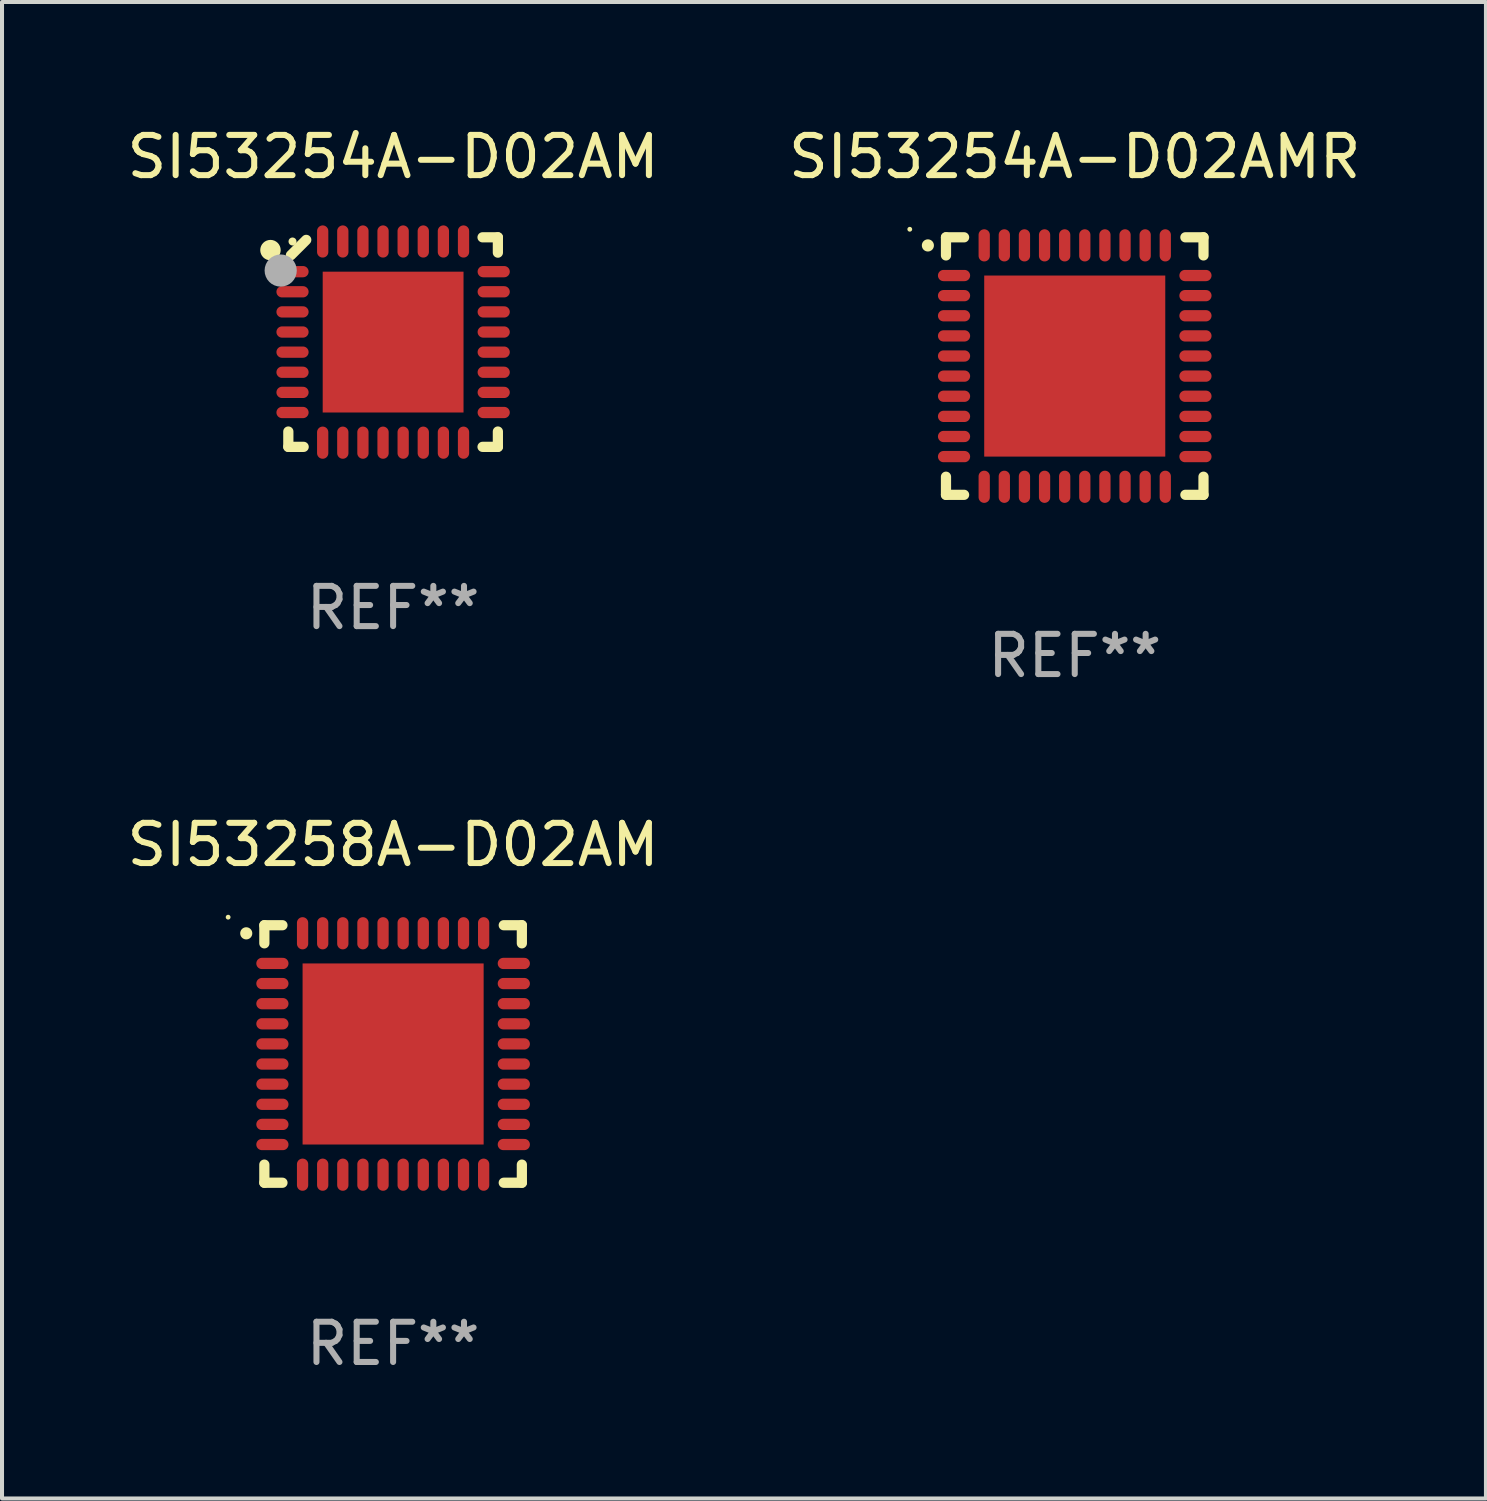
<source format=kicad_pcb>
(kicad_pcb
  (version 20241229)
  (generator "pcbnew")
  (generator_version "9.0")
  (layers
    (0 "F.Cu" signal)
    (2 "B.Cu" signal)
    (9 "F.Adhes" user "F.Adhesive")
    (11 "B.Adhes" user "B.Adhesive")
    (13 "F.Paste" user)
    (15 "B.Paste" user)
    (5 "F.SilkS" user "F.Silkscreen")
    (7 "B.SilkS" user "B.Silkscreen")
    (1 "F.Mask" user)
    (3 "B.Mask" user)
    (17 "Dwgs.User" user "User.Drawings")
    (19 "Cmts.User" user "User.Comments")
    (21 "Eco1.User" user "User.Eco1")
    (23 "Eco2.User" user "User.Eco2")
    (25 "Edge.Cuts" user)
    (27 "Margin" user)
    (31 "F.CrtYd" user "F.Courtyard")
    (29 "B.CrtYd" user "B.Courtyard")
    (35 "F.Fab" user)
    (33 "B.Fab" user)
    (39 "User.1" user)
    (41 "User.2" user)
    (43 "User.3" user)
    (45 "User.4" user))
  (footprint "SI53254A-D02AM"
    (layer "F.Cu")
    (at 6.72 5.452)
    (property "Reference" "SI53254A-D02AM" (at 0 -4.604 0) (layer "F.SilkS") (effects (font (size 1 1) (thickness 0.15))))
    (attr through_hole)
    (fp_line (start -2.604 2.223) (end -2.604 2.604) (stroke (width 0.254) (type solid)) (layer "F.SilkS"))
    (fp_line (start -2.604 2.604) (end -2.223 2.604) (stroke (width 0.254) (type solid)) (layer "F.SilkS"))
    (fp_line (start -2.159 -2.54) (end -2.54 -2.159) (stroke (width 0.254) (type solid)) (layer "F.SilkS"))
    (fp_line (start 2.223 2.604) (end 2.604 2.604) (stroke (width 0.254) (type solid)) (layer "F.SilkS"))
    (fp_line (start 2.604 -2.604) (end 2.223 -2.604) (stroke (width 0.254) (type solid)) (layer "F.SilkS"))
    (fp_line (start 2.604 -2.223) (end 2.604 -2.604) (stroke (width 0.254) (type solid)) (layer "F.SilkS"))
    (fp_line (start 2.604 2.604) (end 2.604 2.223) (stroke (width 0.254) (type solid)) (layer "F.SilkS"))
    (fp_circle (center -3.048 -2.286) (end -2.921 -2.286) (stroke (width 0.254) (type solid)) (fill no) (layer "F.SilkS"))
    (fp_circle (center -2.5 -2.5) (end -2.45 -2.5) (stroke (width 0.1) (type solid)) (fill no) (layer "F.SilkS"))
    (fp_circle (center -2.794 -1.778) (end -2.594 -1.778) (stroke (width 0.4) (type solid)) (fill no) (layer "F.Fab"))
    (fp_text user "REF**" (at 0 6.604 0) (layer "F.Fab") (effects (font (size 1 1) (thickness 0.15))))
    (pad "1" smd oval (at -2.5 -1.75) (size 0.8 0.28) (layers "F.Cu" "F.Mask" "F.Paste"))
    (pad "2" smd oval (at -2.5 -1.25) (size 0.8 0.28) (layers "F.Cu" "F.Mask" "F.Paste"))
    (pad "3" smd oval (at -2.5 -0.75) (size 0.8 0.28) (layers "F.Cu" "F.Mask" "F.Paste"))
    (pad "4" smd oval (at -2.5 -0.25) (size 0.8 0.28) (layers "F.Cu" "F.Mask" "F.Paste"))
    (pad "5" smd oval (at -2.5 0.25) (size 0.8 0.28) (layers "F.Cu" "F.Mask" "F.Paste"))
    (pad "6" smd oval (at -2.5 0.75) (size 0.8 0.28) (layers "F.Cu" "F.Mask" "F.Paste"))
    (pad "7" smd oval (at -2.5 1.25) (size 0.8 0.28) (layers "F.Cu" "F.Mask" "F.Paste"))
    (pad "8" smd oval (at -2.5 1.75) (size 0.8 0.28) (layers "F.Cu" "F.Mask" "F.Paste"))
    (pad "9" smd oval (at -1.75 2.5) (size 0.28 0.8) (layers "F.Cu" "F.Mask" "F.Paste"))
    (pad "10" smd oval (at -1.25 2.5) (size 0.28 0.8) (layers "F.Cu" "F.Mask" "F.Paste"))
    (pad "11" smd oval (at -0.75 2.5) (size 0.28 0.8) (layers "F.Cu" "F.Mask" "F.Paste"))
    (pad "12" smd oval (at -0.25 2.5) (size 0.28 0.8) (layers "F.Cu" "F.Mask" "F.Paste"))
    (pad "13" smd oval (at 0.25 2.5) (size 0.28 0.8) (layers "F.Cu" "F.Mask" "F.Paste"))
    (pad "14" smd oval (at 0.75 2.5) (size 0.28 0.8) (layers "F.Cu" "F.Mask" "F.Paste"))
    (pad "15" smd oval (at 1.25 2.5) (size 0.28 0.8) (layers "F.Cu" "F.Mask" "F.Paste"))
    (pad "16" smd oval (at 1.75 2.5) (size 0.28 0.8) (layers "F.Cu" "F.Mask" "F.Paste"))
    (pad "17" smd oval (at 2.5 1.75) (size 0.8 0.28) (layers "F.Cu" "F.Mask" "F.Paste"))
    (pad "18" smd oval (at 2.5 1.25) (size 0.8 0.28) (layers "F.Cu" "F.Mask" "F.Paste"))
    (pad "19" smd oval (at 2.5 0.75) (size 0.8 0.28) (layers "F.Cu" "F.Mask" "F.Paste"))
    (pad "20" smd oval (at 2.5 0.25) (size 0.8 0.28) (layers "F.Cu" "F.Mask" "F.Paste"))
    (pad "21" smd oval (at 2.5 -0.25) (size 0.8 0.28) (layers "F.Cu" "F.Mask" "F.Paste"))
    (pad "22" smd oval (at 2.5 -0.75) (size 0.8 0.28) (layers "F.Cu" "F.Mask" "F.Paste"))
    (pad "23" smd oval (at 2.5 -1.25) (size 0.8 0.28) (layers "F.Cu" "F.Mask" "F.Paste"))
    (pad "24" smd oval (at 2.5 -1.75) (size 0.8 0.28) (layers "F.Cu" "F.Mask" "F.Paste"))
    (pad "25" smd oval (at 1.75 -2.5) (size 0.28 0.8) (layers "F.Cu" "F.Mask" "F.Paste"))
    (pad "26" smd oval (at 1.25 -2.5) (size 0.28 0.8) (layers "F.Cu" "F.Mask" "F.Paste"))
    (pad "27" smd oval (at 0.75 -2.5) (size 0.28 0.8) (layers "F.Cu" "F.Mask" "F.Paste"))
    (pad "28" smd oval (at 0.25 -2.5) (size 0.28 0.8) (layers "F.Cu" "F.Mask" "F.Paste"))
    (pad "29" smd oval (at -0.25 -2.5) (size 0.28 0.8) (layers "F.Cu" "F.Mask" "F.Paste"))
    (pad "30" smd oval (at -0.75 -2.5) (size 0.28 0.8) (layers "F.Cu" "F.Mask" "F.Paste"))
    (pad "31" smd oval (at -1.25 -2.5) (size 0.28 0.8) (layers "F.Cu" "F.Mask" "F.Paste"))
    (pad "32" smd oval (at -1.75 -2.5) (size 0.28 0.8) (layers "F.Cu" "F.Mask" "F.Paste"))
    (pad "33" smd rect (at 0.000076 0.000076) (size 3.5 3.5) (layers "F.Cu" "F.Mask" "F.Paste")))
  (footprint "SI53258A-D02AM"
    (layer "F.Cu")
    (at 6.72 23.145)
    (property "Reference" "SI53258A-D02AM" (at 0 -5.2 0) (layer "F.SilkS") (effects (font (size 1 1) (thickness 0.15))))
    (attr through_hole)
    (fp_line (start -3.2 -3.2) (end -2.75 -3.2) (stroke (width 0.254) (type solid)) (layer "F.SilkS"))
    (fp_line (start -3.2 -2.75) (end -3.2 -3.2) (stroke (width 0.254) (type solid)) (layer "F.SilkS"))
    (fp_line (start -3.2 3.2) (end -3.2 2.75) (stroke (width 0.254) (type solid)) (layer "F.SilkS"))
    (fp_line (start -2.75 3.2) (end -3.2 3.2) (stroke (width 0.254) (type solid)) (layer "F.SilkS"))
    (fp_line (start 2.75 3.2) (end 3.2 3.2) (stroke (width 0.254) (type solid)) (layer "F.SilkS"))
    (fp_line (start 3.2 -3.2) (end 2.75 -3.2) (stroke (width 0.254) (type solid)) (layer "F.SilkS"))
    (fp_line (start 3.2 -2.75) (end 3.2 -3.2) (stroke (width 0.254) (type solid)) (layer "F.SilkS"))
    (fp_line (start 3.2 3.2) (end 3.2 2.75) (stroke (width 0.254) (type solid)) (layer "F.SilkS"))
    (fp_arc (start -3.649987 -2.997206) (mid -3.649992 -2.998476) (end -3.649987 -2.999746) (stroke (width 0.3) (type solid)) (layer "F.SilkS"))
    (fp_circle (center -4.1 -3.4) (end -4.07 -3.4) (stroke (width 0.06) (type solid)) (fill no) (layer "F.SilkS"))
    (fp_text user "REF**" (at 0 7.2 0) (layer "F.Fab") (effects (font (size 1 1) (thickness 0.15))))
    (pad "1" smd oval (at -3 -2.25 90) (size 0.28 0.8) (layers "F.Cu" "F.Mask" "F.Paste"))
    (pad "2" smd oval (at -3 -1.75 90) (size 0.28 0.8) (layers "F.Cu" "F.Mask" "F.Paste"))
    (pad "3" smd oval (at -3 -1.25 90) (size 0.28 0.8) (layers "F.Cu" "F.Mask" "F.Paste"))
    (pad "4" smd oval (at -3 -0.75 90) (size 0.28 0.8) (layers "F.Cu" "F.Mask" "F.Paste"))
    (pad "5" smd oval (at -3 -0.25 90) (size 0.28 0.8) (layers "F.Cu" "F.Mask" "F.Paste"))
    (pad "6" smd oval (at -3 0.25 90) (size 0.28 0.8) (layers "F.Cu" "F.Mask" "F.Paste"))
    (pad "7" smd oval (at -3 0.75 90) (size 0.28 0.8) (layers "F.Cu" "F.Mask" "F.Paste"))
    (pad "8" smd oval (at -3 1.25 90) (size 0.28 0.8) (layers "F.Cu" "F.Mask" "F.Paste"))
    (pad "9" smd oval (at -3 1.75 90) (size 0.28 0.8) (layers "F.Cu" "F.Mask" "F.Paste"))
    (pad "10" smd oval (at -3 2.25 90) (size 0.28 0.8) (layers "F.Cu" "F.Mask" "F.Paste"))
    (pad "11" smd oval (at -2.25 3) (size 0.28 0.8) (layers "F.Cu" "F.Mask" "F.Paste"))
    (pad "12" smd oval (at -1.75 3) (size 0.28 0.8) (layers "F.Cu" "F.Mask" "F.Paste"))
    (pad "13" smd oval (at -1.25 3) (size 0.28 0.8) (layers "F.Cu" "F.Mask" "F.Paste"))
    (pad "14" smd oval (at -0.75 3) (size 0.28 0.8) (layers "F.Cu" "F.Mask" "F.Paste"))
    (pad "15" smd oval (at -0.25 3) (size 0.28 0.8) (layers "F.Cu" "F.Mask" "F.Paste"))
    (pad "16" smd oval (at 0.25 3) (size 0.28 0.8) (layers "F.Cu" "F.Mask" "F.Paste"))
    (pad "17" smd oval (at 0.75 3) (size 0.28 0.8) (layers "F.Cu" "F.Mask" "F.Paste"))
    (pad "18" smd oval (at 1.25 3) (size 0.28 0.8) (layers "F.Cu" "F.Mask" "F.Paste"))
    (pad "19" smd oval (at 1.75 3) (size 0.28 0.8) (layers "F.Cu" "F.Mask" "F.Paste"))
    (pad "20" smd oval (at 2.25 3) (size 0.28 0.8) (layers "F.Cu" "F.Mask" "F.Paste"))
    (pad "21" smd oval (at 3 2.25 90) (size 0.28 0.8) (layers "F.Cu" "F.Mask" "F.Paste"))
    (pad "22" smd oval (at 3 1.75 90) (size 0.28 0.8) (layers "F.Cu" "F.Mask" "F.Paste"))
    (pad "23" smd oval (at 3 1.25 90) (size 0.28 0.8) (layers "F.Cu" "F.Mask" "F.Paste"))
    (pad "24" smd oval (at 3 0.75 90) (size 0.28 0.8) (layers "F.Cu" "F.Mask" "F.Paste"))
    (pad "25" smd oval (at 3 0.25 90) (size 0.28 0.8) (layers "F.Cu" "F.Mask" "F.Paste"))
    (pad "26" smd oval (at 3 -0.25 90) (size 0.28 0.8) (layers "F.Cu" "F.Mask" "F.Paste"))
    (pad "27" smd oval (at 3 -0.75 90) (size 0.28 0.8) (layers "F.Cu" "F.Mask" "F.Paste"))
    (pad "28" smd oval (at 3 -1.25 90) (size 0.28 0.8) (layers "F.Cu" "F.Mask" "F.Paste"))
    (pad "29" smd oval (at 3 -1.75 90) (size 0.28 0.8) (layers "F.Cu" "F.Mask" "F.Paste"))
    (pad "30" smd oval (at 3 -2.25 90) (size 0.28 0.8) (layers "F.Cu" "F.Mask" "F.Paste"))
    (pad "31" smd oval (at 2.25 -3) (size 0.28 0.8) (layers "F.Cu" "F.Mask" "F.Paste"))
    (pad "32" smd oval (at 1.75 -3) (size 0.28 0.8) (layers "F.Cu" "F.Mask" "F.Paste"))
    (pad "33" smd oval (at 1.25 -3) (size 0.28 0.8) (layers "F.Cu" "F.Mask" "F.Paste"))
    (pad "34" smd oval (at 0.75 -3) (size 0.28 0.8) (layers "F.Cu" "F.Mask" "F.Paste"))
    (pad "35" smd oval (at 0.25 -3) (size 0.28 0.8) (layers "F.Cu" "F.Mask" "F.Paste"))
    (pad "36" smd oval (at -0.25 -3) (size 0.28 0.8) (layers "F.Cu" "F.Mask" "F.Paste"))
    (pad "37" smd oval (at -0.75 -3) (size 0.28 0.8) (layers "F.Cu" "F.Mask" "F.Paste"))
    (pad "38" smd oval (at -1.25 -3) (size 0.28 0.8) (layers "F.Cu" "F.Mask" "F.Paste"))
    (pad "39" smd oval (at -1.75 -3) (size 0.28 0.8) (layers "F.Cu" "F.Mask" "F.Paste"))
    (pad "40" smd oval (at -2.25 -3) (size 0.28 0.8) (layers "F.Cu" "F.Mask" "F.Paste"))
    (pad "41" smd rect (at 0 0) (size 4.5 4.5) (layers "F.Cu" "F.Mask" "F.Paste")))
  (footprint "SI53254A-D02AMR"
    (layer "F.Cu")
    (at 23.661 6.048)
    (property "Reference" "SI53254A-D02AMR" (at 0 -5.2 0) (layer "F.SilkS") (effects (font (size 1 1) (thickness 0.15))))
    (attr through_hole)
    (fp_line (start -3.2 -3.2) (end -2.75 -3.2) (stroke (width 0.254) (type solid)) (layer "F.SilkS"))
    (fp_line (start -3.2 -2.75) (end -3.2 -3.2) (stroke (width 0.254) (type solid)) (layer "F.SilkS"))
    (fp_line (start -3.2 3.2) (end -3.2 2.75) (stroke (width 0.254) (type solid)) (layer "F.SilkS"))
    (fp_line (start -2.75 3.2) (end -3.2 3.2) (stroke (width 0.254) (type solid)) (layer "F.SilkS"))
    (fp_line (start 2.75 3.2) (end 3.2 3.2) (stroke (width 0.254) (type solid)) (layer "F.SilkS"))
    (fp_line (start 3.2 -3.2) (end 2.75 -3.2) (stroke (width 0.254) (type solid)) (layer "F.SilkS"))
    (fp_line (start 3.2 -2.75) (end 3.2 -3.2) (stroke (width 0.254) (type solid)) (layer "F.SilkS"))
    (fp_line (start 3.2 3.2) (end 3.2 2.75) (stroke (width 0.254) (type solid)) (layer "F.SilkS"))
    (fp_arc (start -3.649987 -2.997206) (mid -3.649992 -2.998476) (end -3.649987 -2.999746) (stroke (width 0.3) (type solid)) (layer "F.SilkS"))
    (fp_circle (center -4.1 -3.4) (end -4.07 -3.4) (stroke (width 0.06) (type solid)) (fill no) (layer "F.SilkS"))
    (fp_text user "REF**" (at 0 7.2 0) (layer "F.Fab") (effects (font (size 1 1) (thickness 0.15))))
    (pad "1" smd oval (at -3 -2.25 90) (size 0.28 0.8) (layers "F.Cu" "F.Mask" "F.Paste"))
    (pad "2" smd oval (at -3 -1.75 90) (size 0.28 0.8) (layers "F.Cu" "F.Mask" "F.Paste"))
    (pad "3" smd oval (at -3 -1.25 90) (size 0.28 0.8) (layers "F.Cu" "F.Mask" "F.Paste"))
    (pad "4" smd oval (at -3 -0.75 90) (size 0.28 0.8) (layers "F.Cu" "F.Mask" "F.Paste"))
    (pad "5" smd oval (at -3 -0.25 90) (size 0.28 0.8) (layers "F.Cu" "F.Mask" "F.Paste"))
    (pad "6" smd oval (at -3 0.25 90) (size 0.28 0.8) (layers "F.Cu" "F.Mask" "F.Paste"))
    (pad "7" smd oval (at -3 0.75 90) (size 0.28 0.8) (layers "F.Cu" "F.Mask" "F.Paste"))
    (pad "8" smd oval (at -3 1.25 90) (size 0.28 0.8) (layers "F.Cu" "F.Mask" "F.Paste"))
    (pad "9" smd oval (at -3 1.75 90) (size 0.28 0.8) (layers "F.Cu" "F.Mask" "F.Paste"))
    (pad "10" smd oval (at -3 2.25 90) (size 0.28 0.8) (layers "F.Cu" "F.Mask" "F.Paste"))
    (pad "11" smd oval (at -2.25 3) (size 0.28 0.8) (layers "F.Cu" "F.Mask" "F.Paste"))
    (pad "12" smd oval (at -1.75 3) (size 0.28 0.8) (layers "F.Cu" "F.Mask" "F.Paste"))
    (pad "13" smd oval (at -1.25 3) (size 0.28 0.8) (layers "F.Cu" "F.Mask" "F.Paste"))
    (pad "14" smd oval (at -0.75 3) (size 0.28 0.8) (layers "F.Cu" "F.Mask" "F.Paste"))
    (pad "15" smd oval (at -0.25 3) (size 0.28 0.8) (layers "F.Cu" "F.Mask" "F.Paste"))
    (pad "16" smd oval (at 0.25 3) (size 0.28 0.8) (layers "F.Cu" "F.Mask" "F.Paste"))
    (pad "17" smd oval (at 0.75 3) (size 0.28 0.8) (layers "F.Cu" "F.Mask" "F.Paste"))
    (pad "18" smd oval (at 1.25 3) (size 0.28 0.8) (layers "F.Cu" "F.Mask" "F.Paste"))
    (pad "19" smd oval (at 1.75 3) (size 0.28 0.8) (layers "F.Cu" "F.Mask" "F.Paste"))
    (pad "20" smd oval (at 2.25 3) (size 0.28 0.8) (layers "F.Cu" "F.Mask" "F.Paste"))
    (pad "21" smd oval (at 3 2.25 90) (size 0.28 0.8) (layers "F.Cu" "F.Mask" "F.Paste"))
    (pad "22" smd oval (at 3 1.75 90) (size 0.28 0.8) (layers "F.Cu" "F.Mask" "F.Paste"))
    (pad "23" smd oval (at 3 1.25 90) (size 0.28 0.8) (layers "F.Cu" "F.Mask" "F.Paste"))
    (pad "24" smd oval (at 3 0.75 90) (size 0.28 0.8) (layers "F.Cu" "F.Mask" "F.Paste"))
    (pad "25" smd oval (at 3 0.25 90) (size 0.28 0.8) (layers "F.Cu" "F.Mask" "F.Paste"))
    (pad "26" smd oval (at 3 -0.25 90) (size 0.28 0.8) (layers "F.Cu" "F.Mask" "F.Paste"))
    (pad "27" smd oval (at 3 -0.75 90) (size 0.28 0.8) (layers "F.Cu" "F.Mask" "F.Paste"))
    (pad "28" smd oval (at 3 -1.25 90) (size 0.28 0.8) (layers "F.Cu" "F.Mask" "F.Paste"))
    (pad "29" smd oval (at 3 -1.75 90) (size 0.28 0.8) (layers "F.Cu" "F.Mask" "F.Paste"))
    (pad "30" smd oval (at 3 -2.25 90) (size 0.28 0.8) (layers "F.Cu" "F.Mask" "F.Paste"))
    (pad "31" smd oval (at 2.25 -3) (size 0.28 0.8) (layers "F.Cu" "F.Mask" "F.Paste"))
    (pad "32" smd oval (at 1.75 -3) (size 0.28 0.8) (layers "F.Cu" "F.Mask" "F.Paste"))
    (pad "33" smd oval (at 1.25 -3) (size 0.28 0.8) (layers "F.Cu" "F.Mask" "F.Paste"))
    (pad "34" smd oval (at 0.75 -3) (size 0.28 0.8) (layers "F.Cu" "F.Mask" "F.Paste"))
    (pad "35" smd oval (at 0.25 -3) (size 0.28 0.8) (layers "F.Cu" "F.Mask" "F.Paste"))
    (pad "36" smd oval (at -0.25 -3) (size 0.28 0.8) (layers "F.Cu" "F.Mask" "F.Paste"))
    (pad "37" smd oval (at -0.75 -3) (size 0.28 0.8) (layers "F.Cu" "F.Mask" "F.Paste"))
    (pad "38" smd oval (at -1.25 -3) (size 0.28 0.8) (layers "F.Cu" "F.Mask" "F.Paste"))
    (pad "39" smd oval (at -1.75 -3) (size 0.28 0.8) (layers "F.Cu" "F.Mask" "F.Paste"))
    (pad "40" smd oval (at -2.25 -3) (size 0.28 0.8) (layers "F.Cu" "F.Mask" "F.Paste"))
    (pad "41" smd rect (at 0 0) (size 4.5 4.5) (layers "F.Cu" "F.Mask" "F.Paste")))
  (gr_rect
    (start -3 -3)
    (end 33.881 34.193)
    (stroke (width 0.1) (type default))
    (fill no)
    (layer "Edge.Cuts")))
</source>
